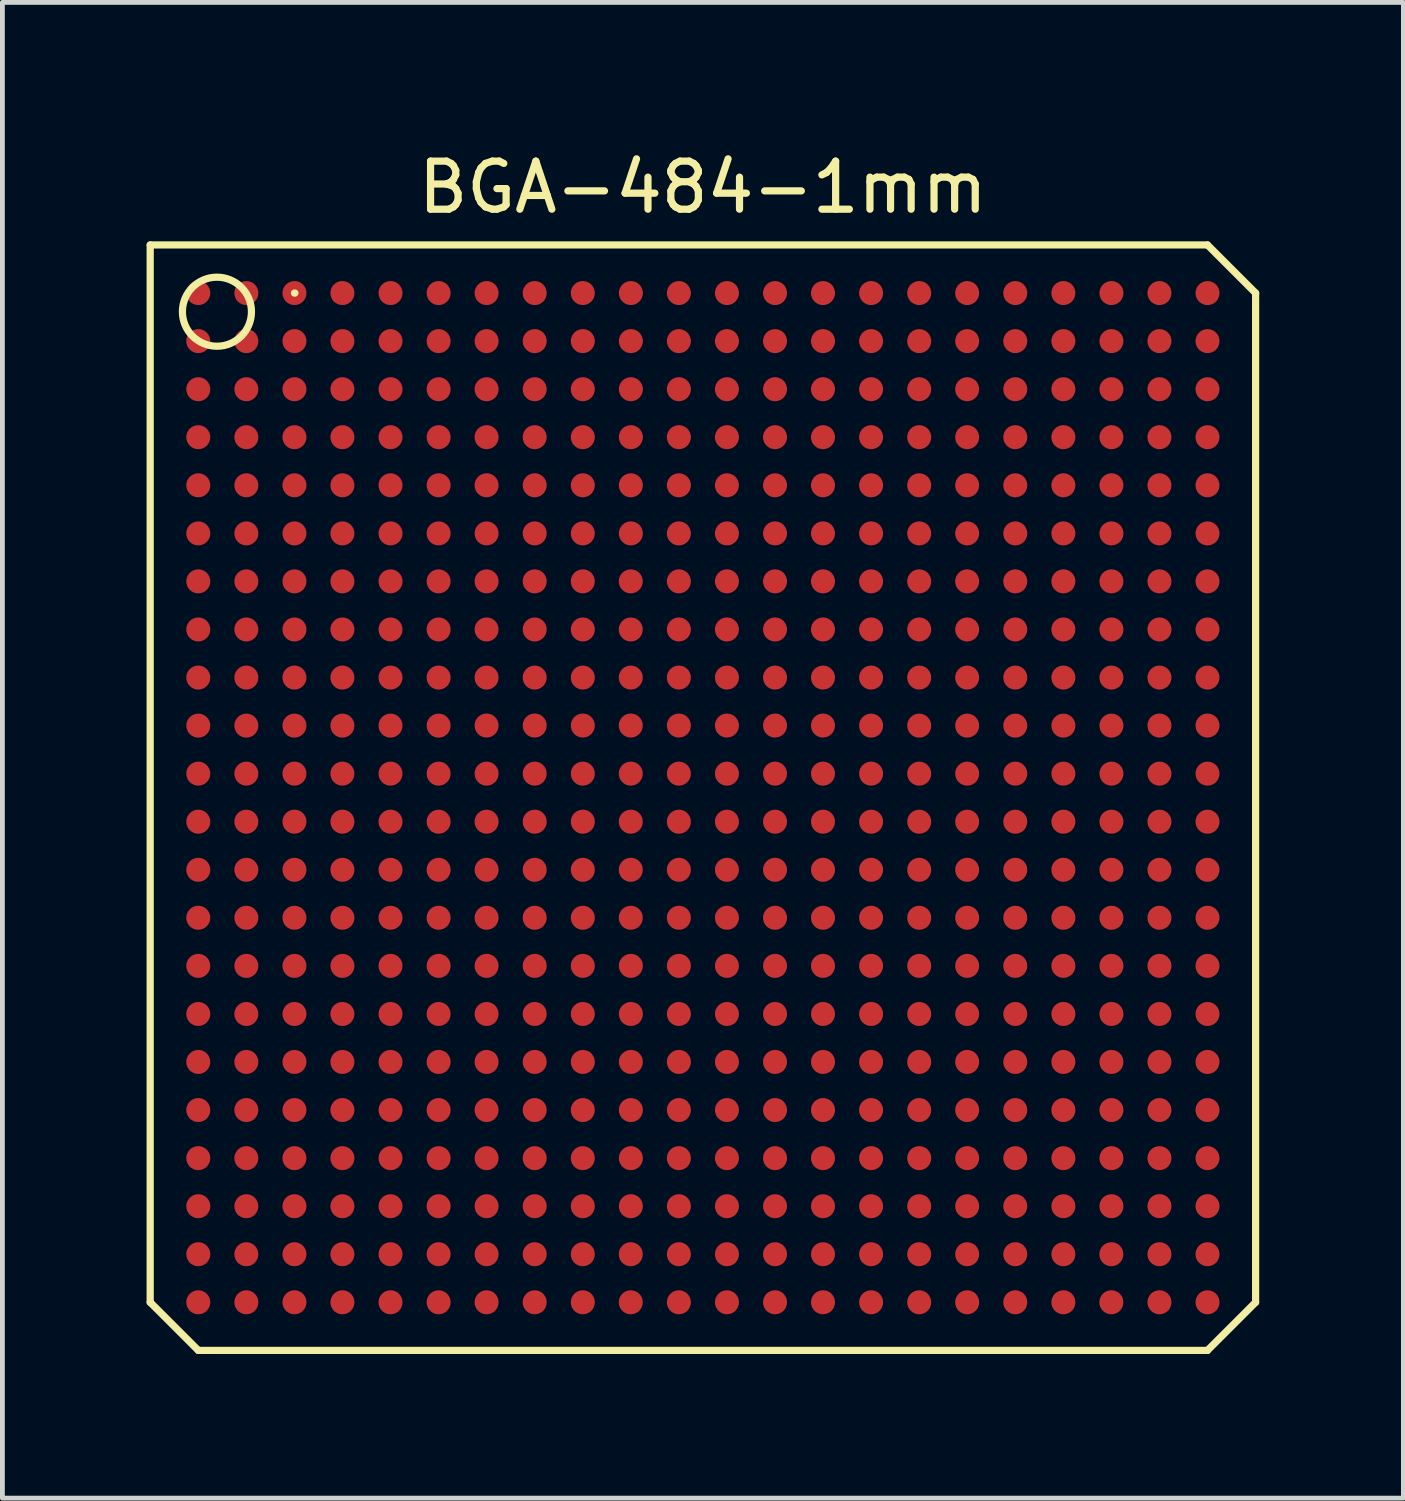
<source format=kicad_pcb>
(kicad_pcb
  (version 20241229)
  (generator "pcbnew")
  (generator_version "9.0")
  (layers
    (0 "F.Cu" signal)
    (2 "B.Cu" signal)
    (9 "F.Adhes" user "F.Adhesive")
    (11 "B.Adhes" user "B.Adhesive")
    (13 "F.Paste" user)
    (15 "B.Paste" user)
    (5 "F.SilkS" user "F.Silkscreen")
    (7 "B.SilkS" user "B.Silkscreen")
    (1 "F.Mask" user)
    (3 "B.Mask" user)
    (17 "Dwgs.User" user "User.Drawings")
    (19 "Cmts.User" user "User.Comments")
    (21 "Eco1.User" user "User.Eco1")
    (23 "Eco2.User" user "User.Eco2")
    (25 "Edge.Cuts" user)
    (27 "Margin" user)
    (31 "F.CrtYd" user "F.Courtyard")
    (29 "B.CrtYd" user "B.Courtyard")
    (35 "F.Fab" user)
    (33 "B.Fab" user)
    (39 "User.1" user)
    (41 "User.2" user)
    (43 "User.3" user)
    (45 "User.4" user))
  (footprint "BGA-484-1mm"
    (layer "F.Cu")
    (at 11.576 13.548)
    (property "Reference" "BGA-484-1mm" (at 0 -12.7 0) (layer "F.SilkS") (effects (font (size 1 1) (thickness 0.15))))
    (attr smd)
    (fp_line (start -11.501 -11.501) (end 10.5 -11.501) (stroke (width 0.15) (type solid)) (layer "F.SilkS"))
    (fp_line (start -11.501 10.5) (end -11.501 -11.501) (stroke (width 0.15) (type solid)) (layer "F.SilkS"))
    (fp_line (start -10.5 11.501) (end -11.501 10.5) (stroke (width 0.15) (type solid)) (layer "F.SilkS"))
    (fp_line (start -8.499 -10.5) (end -8.489 -10.5) (stroke (width 0.15) (type solid)) (layer "F.SilkS"))
    (fp_line (start 10.5 -11.501) (end 11.501 -10.5) (stroke (width 0.15) (type solid)) (layer "F.SilkS"))
    (fp_line (start 10.5 11.501) (end -10.5 11.501) (stroke (width 0.15) (type solid)) (layer "F.SilkS"))
    (fp_line (start 11.501 -10.5) (end 11.501 10.5) (stroke (width 0.15) (type solid)) (layer "F.SilkS"))
    (fp_line (start 11.501 10.5) (end 10.5 11.501) (stroke (width 0.15) (type solid)) (layer "F.SilkS"))
    (fp_circle (center -10.112 -10.112) (end -9.604 -10.62) (stroke (width 0.15) (type solid)) (fill no) (layer "F.SilkS"))
    (pad "A1" smd circle (at -10.5 -10.5) (size 0.5 0.5) (layers "F.Cu" "F.Mask" "F.Paste"))
    (pad "A2" smd circle (at -9.5 -10.5) (size 0.5 0.5) (layers "F.Cu" "F.Mask" "F.Paste"))
    (pad "A3" smd circle (at -8.499 -10.5) (size 0.5 0.5) (layers "F.Cu" "F.Mask" "F.Paste"))
    (pad "A4" smd circle (at -7.501 -10.5) (size 0.5 0.5) (layers "F.Cu" "F.Mask" "F.Paste"))
    (pad "A5" smd circle (at -6.5 -10.5) (size 0.5 0.5) (layers "F.Cu" "F.Mask" "F.Paste"))
    (pad "A6" smd circle (at -5.499 -10.5) (size 0.5 0.5) (layers "F.Cu" "F.Mask" "F.Paste"))
    (pad "A7" smd circle (at -4.501 -10.5) (size 0.5 0.5) (layers "F.Cu" "F.Mask" "F.Paste"))
    (pad "A8" smd circle (at -3.5 -10.5) (size 0.5 0.5) (layers "F.Cu" "F.Mask" "F.Paste"))
    (pad "A9" smd circle (at -2.499 -10.5) (size 0.5 0.5) (layers "F.Cu" "F.Mask" "F.Paste"))
    (pad "A10" smd circle (at -1.499 -10.5) (size 0.5 0.5) (layers "F.Cu" "F.Mask" "F.Paste"))
    (pad "A11" smd circle (at -0.5 -10.5) (size 0.5 0.5) (layers "F.Cu" "F.Mask" "F.Paste"))
    (pad "A12" smd circle (at 0.5 -10.5) (size 0.5 0.5) (layers "F.Cu" "F.Mask" "F.Paste"))
    (pad "A13" smd circle (at 1.501 -10.5) (size 0.5 0.5) (layers "F.Cu" "F.Mask" "F.Paste"))
    (pad "A14" smd circle (at 2.499 -10.5) (size 0.5 0.5) (layers "F.Cu" "F.Mask" "F.Paste"))
    (pad "A15" smd circle (at 3.5 -10.5) (size 0.5 0.5) (layers "F.Cu" "F.Mask" "F.Paste"))
    (pad "A16" smd circle (at 4.501 -10.5) (size 0.5 0.5) (layers "F.Cu" "F.Mask" "F.Paste"))
    (pad "A17" smd circle (at 5.499 -10.5) (size 0.5 0.5) (layers "F.Cu" "F.Mask" "F.Paste"))
    (pad "A18" smd circle (at 6.5 -10.5) (size 0.5 0.5) (layers "F.Cu" "F.Mask" "F.Paste"))
    (pad "A19" smd circle (at 7.501 -10.5) (size 0.5 0.5) (layers "F.Cu" "F.Mask" "F.Paste"))
    (pad "A20" smd circle (at 8.501 -10.5) (size 0.5 0.5) (layers "F.Cu" "F.Mask" "F.Paste"))
    (pad "A21" smd circle (at 9.5 -10.5) (size 0.5 0.5) (layers "F.Cu" "F.Mask" "F.Paste"))
    (pad "A22" smd circle (at 10.5 -10.5) (size 0.5 0.5) (layers "F.Cu" "F.Mask" "F.Paste"))
    (pad "AA1" smd circle (at -10.5 9.5) (size 0.5 0.5) (layers "F.Cu" "F.Mask" "F.Paste"))
    (pad "AA2" smd circle (at -9.5 9.5) (size 0.5 0.5) (layers "F.Cu" "F.Mask" "F.Paste"))
    (pad "AA3" smd circle (at -8.499 9.5) (size 0.5 0.5) (layers "F.Cu" "F.Mask" "F.Paste"))
    (pad "AA4" smd circle (at -7.501 9.5) (size 0.5 0.5) (layers "F.Cu" "F.Mask" "F.Paste"))
    (pad "AA5" smd circle (at -6.5 9.5) (size 0.5 0.5) (layers "F.Cu" "F.Mask" "F.Paste"))
    (pad "AA6" smd circle (at -5.499 9.5) (size 0.5 0.5) (layers "F.Cu" "F.Mask" "F.Paste"))
    (pad "AA7" smd circle (at -4.501 9.5) (size 0.5 0.5) (layers "F.Cu" "F.Mask" "F.Paste"))
    (pad "AA8" smd circle (at -3.5 9.5) (size 0.5 0.5) (layers "F.Cu" "F.Mask" "F.Paste"))
    (pad "AA9" smd circle (at -2.499 9.5) (size 0.5 0.5) (layers "F.Cu" "F.Mask" "F.Paste"))
    (pad "AA10" smd circle (at -1.501 9.5) (size 0.5 0.5) (layers "F.Cu" "F.Mask" "F.Paste"))
    (pad "AA11" smd circle (at -0.5 9.5) (size 0.5 0.5) (layers "F.Cu" "F.Mask" "F.Paste"))
    (pad "AA12" smd circle (at 0.5 9.5) (size 0.5 0.5) (layers "F.Cu" "F.Mask" "F.Paste"))
    (pad "AA13" smd circle (at 1.501 9.5) (size 0.5 0.5) (layers "F.Cu" "F.Mask" "F.Paste"))
    (pad "AA14" smd circle (at 2.499 9.5) (size 0.5 0.5) (layers "F.Cu" "F.Mask" "F.Paste"))
    (pad "AA15" smd circle (at 3.5 9.5) (size 0.5 0.5) (layers "F.Cu" "F.Mask" "F.Paste"))
    (pad "AA16" smd circle (at 4.501 9.5) (size 0.5 0.5) (layers "F.Cu" "F.Mask" "F.Paste"))
    (pad "AA17" smd circle (at 5.499 9.5) (size 0.5 0.5) (layers "F.Cu" "F.Mask" "F.Paste"))
    (pad "AA18" smd circle (at 6.5 9.5) (size 0.5 0.5) (layers "F.Cu" "F.Mask" "F.Paste"))
    (pad "AA19" smd circle (at 7.501 9.5) (size 0.5 0.5) (layers "F.Cu" "F.Mask" "F.Paste"))
    (pad "AA20" smd circle (at 8.499 9.5) (size 0.5 0.5) (layers "F.Cu" "F.Mask" "F.Paste"))
    (pad "AA21" smd circle (at 9.5 9.5) (size 0.5 0.5) (layers "F.Cu" "F.Mask" "F.Paste"))
    (pad "AA22" smd circle (at 10.5 9.5) (size 0.5 0.5) (layers "F.Cu" "F.Mask" "F.Paste"))
    (pad "AB1" smd circle (at -10.5 10.5) (size 0.5 0.5) (layers "F.Cu" "F.Mask" "F.Paste"))
    (pad "AB2" smd circle (at -9.5 10.5) (size 0.5 0.5) (layers "F.Cu" "F.Mask" "F.Paste"))
    (pad "AB3" smd circle (at -8.499 10.5) (size 0.5 0.5) (layers "F.Cu" "F.Mask" "F.Paste"))
    (pad "AB4" smd circle (at -7.501 10.5) (size 0.5 0.5) (layers "F.Cu" "F.Mask" "F.Paste"))
    (pad "AB5" smd circle (at -6.5 10.5) (size 0.5 0.5) (layers "F.Cu" "F.Mask" "F.Paste"))
    (pad "AB6" smd circle (at -5.499 10.5) (size 0.5 0.5) (layers "F.Cu" "F.Mask" "F.Paste"))
    (pad "AB7" smd circle (at -4.501 10.5) (size 0.5 0.5) (layers "F.Cu" "F.Mask" "F.Paste"))
    (pad "AB8" smd circle (at -3.5 10.5) (size 0.5 0.5) (layers "F.Cu" "F.Mask" "F.Paste"))
    (pad "AB9" smd circle (at -2.499 10.5) (size 0.5 0.5) (layers "F.Cu" "F.Mask" "F.Paste"))
    (pad "AB10" smd circle (at -1.501 10.5) (size 0.5 0.5) (layers "F.Cu" "F.Mask" "F.Paste"))
    (pad "AB11" smd circle (at -0.5 10.5) (size 0.5 0.5) (layers "F.Cu" "F.Mask" "F.Paste"))
    (pad "AB12" smd circle (at 0.5 10.5) (size 0.5 0.5) (layers "F.Cu" "F.Mask" "F.Paste"))
    (pad "AB13" smd circle (at 1.501 10.5) (size 0.5 0.5) (layers "F.Cu" "F.Mask" "F.Paste"))
    (pad "AB14" smd circle (at 2.499 10.5) (size 0.5 0.5) (layers "F.Cu" "F.Mask" "F.Paste"))
    (pad "AB15" smd circle (at 3.5 10.5) (size 0.5 0.5) (layers "F.Cu" "F.Mask" "F.Paste"))
    (pad "AB16" smd circle (at 4.501 10.5) (size 0.5 0.5) (layers "F.Cu" "F.Mask" "F.Paste"))
    (pad "AB17" smd circle (at 5.499 10.5) (size 0.5 0.5) (layers "F.Cu" "F.Mask" "F.Paste"))
    (pad "AB18" smd circle (at 6.5 10.5) (size 0.5 0.5) (layers "F.Cu" "F.Mask" "F.Paste"))
    (pad "AB19" smd circle (at 7.501 10.5) (size 0.5 0.5) (layers "F.Cu" "F.Mask" "F.Paste"))
    (pad "AB20" smd circle (at 8.499 10.5) (size 0.5 0.5) (layers "F.Cu" "F.Mask" "F.Paste"))
    (pad "AB21" smd circle (at 9.5 10.5) (size 0.5 0.5) (layers "F.Cu" "F.Mask" "F.Paste"))
    (pad "AB22" smd circle (at 10.5 10.5) (size 0.5 0.5) (layers "F.Cu" "F.Mask" "F.Paste"))
    (pad "B1" smd circle (at -10.5 -9.5) (size 0.5 0.5) (layers "F.Cu" "F.Mask" "F.Paste"))
    (pad "B2" smd circle (at -9.5 -9.5) (size 0.5 0.5) (layers "F.Cu" "F.Mask" "F.Paste"))
    (pad "B3" smd circle (at -8.499 -9.5) (size 0.5 0.5) (layers "F.Cu" "F.Mask" "F.Paste"))
    (pad "B4" smd circle (at -7.501 -9.5) (size 0.5 0.5) (layers "F.Cu" "F.Mask" "F.Paste"))
    (pad "B5" smd circle (at -6.5 -9.5) (size 0.5 0.5) (layers "F.Cu" "F.Mask" "F.Paste"))
    (pad "B6" smd circle (at -5.499 -9.5) (size 0.5 0.5) (layers "F.Cu" "F.Mask" "F.Paste"))
    (pad "B7" smd circle (at -4.501 -9.5) (size 0.5 0.5) (layers "F.Cu" "F.Mask" "F.Paste"))
    (pad "B8" smd circle (at -3.5 -9.5) (size 0.5 0.5) (layers "F.Cu" "F.Mask" "F.Paste"))
    (pad "B9" smd circle (at -2.499 -9.5) (size 0.5 0.5) (layers "F.Cu" "F.Mask" "F.Paste"))
    (pad "B10" smd circle (at -1.499 -9.5) (size 0.5 0.5) (layers "F.Cu" "F.Mask" "F.Paste"))
    (pad "B11" smd circle (at -0.5 -9.5) (size 0.5 0.5) (layers "F.Cu" "F.Mask" "F.Paste"))
    (pad "B12" smd circle (at 0.5 -9.5) (size 0.5 0.5) (layers "F.Cu" "F.Mask" "F.Paste"))
    (pad "B13" smd circle (at 1.501 -9.5) (size 0.5 0.5) (layers "F.Cu" "F.Mask" "F.Paste"))
    (pad "B14" smd circle (at 2.499 -9.5) (size 0.5 0.5) (layers "F.Cu" "F.Mask" "F.Paste"))
    (pad "B15" smd circle (at 3.5 -9.5) (size 0.5 0.5) (layers "F.Cu" "F.Mask" "F.Paste"))
    (pad "B16" smd circle (at 4.501 -9.5) (size 0.5 0.5) (layers "F.Cu" "F.Mask" "F.Paste"))
    (pad "B17" smd circle (at 5.499 -9.5) (size 0.5 0.5) (layers "F.Cu" "F.Mask" "F.Paste"))
    (pad "B18" smd circle (at 6.5 -9.5) (size 0.5 0.5) (layers "F.Cu" "F.Mask" "F.Paste"))
    (pad "B19" smd circle (at 7.501 -9.5) (size 0.5 0.5) (layers "F.Cu" "F.Mask" "F.Paste"))
    (pad "B20" smd circle (at 8.501 -9.5) (size 0.5 0.5) (layers "F.Cu" "F.Mask" "F.Paste"))
    (pad "B21" smd circle (at 9.5 -9.5) (size 0.5 0.5) (layers "F.Cu" "F.Mask" "F.Paste"))
    (pad "B22" smd circle (at 10.5 -9.5) (size 0.5 0.5) (layers "F.Cu" "F.Mask" "F.Paste"))
    (pad "C1" smd circle (at -10.5 -8.499) (size 0.5 0.5) (layers "F.Cu" "F.Mask" "F.Paste"))
    (pad "C2" smd circle (at -9.5 -8.499) (size 0.5 0.5) (layers "F.Cu" "F.Mask" "F.Paste"))
    (pad "C3" smd circle (at -8.499 -8.499) (size 0.5 0.5) (layers "F.Cu" "F.Mask" "F.Paste"))
    (pad "C4" smd circle (at -7.501 -8.499) (size 0.5 0.5) (layers "F.Cu" "F.Mask" "F.Paste"))
    (pad "C5" smd circle (at -6.5 -8.499) (size 0.5 0.5) (layers "F.Cu" "F.Mask" "F.Paste"))
    (pad "C6" smd circle (at -5.499 -8.499) (size 0.5 0.5) (layers "F.Cu" "F.Mask" "F.Paste"))
    (pad "C7" smd circle (at -4.501 -8.499) (size 0.5 0.5) (layers "F.Cu" "F.Mask" "F.Paste"))
    (pad "C8" smd circle (at -3.5 -8.499) (size 0.5 0.5) (layers "F.Cu" "F.Mask" "F.Paste"))
    (pad "C9" smd circle (at -2.499 -8.499) (size 0.5 0.5) (layers "F.Cu" "F.Mask" "F.Paste"))
    (pad "C10" smd circle (at -1.499 -8.499) (size 0.5 0.5) (layers "F.Cu" "F.Mask" "F.Paste"))
    (pad "C11" smd circle (at -0.5 -8.499) (size 0.5 0.5) (layers "F.Cu" "F.Mask" "F.Paste"))
    (pad "C12" smd circle (at 0.5 -8.499) (size 0.5 0.5) (layers "F.Cu" "F.Mask" "F.Paste"))
    (pad "C13" smd circle (at 1.501 -8.499) (size 0.5 0.5) (layers "F.Cu" "F.Mask" "F.Paste"))
    (pad "C14" smd circle (at 2.499 -8.499) (size 0.5 0.5) (layers "F.Cu" "F.Mask" "F.Paste"))
    (pad "C15" smd circle (at 3.5 -8.499) (size 0.5 0.5) (layers "F.Cu" "F.Mask" "F.Paste"))
    (pad "C16" smd circle (at 4.501 -8.499) (size 0.5 0.5) (layers "F.Cu" "F.Mask" "F.Paste"))
    (pad "C17" smd circle (at 5.499 -8.499) (size 0.5 0.5) (layers "F.Cu" "F.Mask" "F.Paste"))
    (pad "C18" smd circle (at 6.5 -8.499) (size 0.5 0.5) (layers "F.Cu" "F.Mask" "F.Paste"))
    (pad "C19" smd circle (at 7.501 -8.499) (size 0.5 0.5) (layers "F.Cu" "F.Mask" "F.Paste"))
    (pad "C20" smd circle (at 8.501 -8.499) (size 0.5 0.5) (layers "F.Cu" "F.Mask" "F.Paste"))
    (pad "C21" smd circle (at 9.5 -8.499) (size 0.5 0.5) (layers "F.Cu" "F.Mask" "F.Paste"))
    (pad "C22" smd circle (at 10.5 -8.499) (size 0.5 0.5) (layers "F.Cu" "F.Mask" "F.Paste"))
    (pad "D1" smd circle (at -10.5 -7.501) (size 0.5 0.5) (layers "F.Cu" "F.Mask" "F.Paste"))
    (pad "D2" smd circle (at -9.5 -7.501) (size 0.5 0.5) (layers "F.Cu" "F.Mask" "F.Paste"))
    (pad "D3" smd circle (at -8.499 -7.501) (size 0.5 0.5) (layers "F.Cu" "F.Mask" "F.Paste"))
    (pad "D4" smd circle (at -7.501 -7.501) (size 0.5 0.5) (layers "F.Cu" "F.Mask" "F.Paste"))
    (pad "D5" smd circle (at -6.5 -7.501) (size 0.5 0.5) (layers "F.Cu" "F.Mask" "F.Paste"))
    (pad "D6" smd circle (at -5.499 -7.501) (size 0.5 0.5) (layers "F.Cu" "F.Mask" "F.Paste"))
    (pad "D7" smd circle (at -4.501 -7.501) (size 0.5 0.5) (layers "F.Cu" "F.Mask" "F.Paste"))
    (pad "D8" smd circle (at -3.5 -7.501) (size 0.5 0.5) (layers "F.Cu" "F.Mask" "F.Paste"))
    (pad "D9" smd circle (at -2.499 -7.501) (size 0.5 0.5) (layers "F.Cu" "F.Mask" "F.Paste"))
    (pad "D10" smd circle (at -1.499 -7.501) (size 0.5 0.5) (layers "F.Cu" "F.Mask" "F.Paste"))
    (pad "D11" smd circle (at -0.5 -7.501) (size 0.5 0.5) (layers "F.Cu" "F.Mask" "F.Paste"))
    (pad "D12" smd circle (at 0.5 -7.501) (size 0.5 0.5) (layers "F.Cu" "F.Mask" "F.Paste"))
    (pad "D13" smd circle (at 1.501 -7.501) (size 0.5 0.5) (layers "F.Cu" "F.Mask" "F.Paste"))
    (pad "D14" smd circle (at 2.499 -7.501) (size 0.5 0.5) (layers "F.Cu" "F.Mask" "F.Paste"))
    (pad "D15" smd circle (at 3.5 -7.501) (size 0.5 0.5) (layers "F.Cu" "F.Mask" "F.Paste"))
    (pad "D16" smd circle (at 4.501 -7.501) (size 0.5 0.5) (layers "F.Cu" "F.Mask" "F.Paste"))
    (pad "D17" smd circle (at 5.499 -7.501) (size 0.5 0.5) (layers "F.Cu" "F.Mask" "F.Paste"))
    (pad "D18" smd circle (at 6.5 -7.501) (size 0.5 0.5) (layers "F.Cu" "F.Mask" "F.Paste"))
    (pad "D19" smd circle (at 7.501 -7.501) (size 0.5 0.5) (layers "F.Cu" "F.Mask" "F.Paste"))
    (pad "D20" smd circle (at 8.501 -7.501) (size 0.5 0.5) (layers "F.Cu" "F.Mask" "F.Paste"))
    (pad "D21" smd circle (at 9.5 -7.501) (size 0.5 0.5) (layers "F.Cu" "F.Mask" "F.Paste"))
    (pad "D22" smd circle (at 10.5 -7.501) (size 0.5 0.5) (layers "F.Cu" "F.Mask" "F.Paste"))
    (pad "E1" smd circle (at -10.5 -6.5) (size 0.5 0.5) (layers "F.Cu" "F.Mask" "F.Paste"))
    (pad "E2" smd circle (at -9.5 -6.5) (size 0.5 0.5) (layers "F.Cu" "F.Mask" "F.Paste"))
    (pad "E3" smd circle (at -8.499 -6.5) (size 0.5 0.5) (layers "F.Cu" "F.Mask" "F.Paste"))
    (pad "E4" smd circle (at -7.501 -6.5) (size 0.5 0.5) (layers "F.Cu" "F.Mask" "F.Paste"))
    (pad "E5" smd circle (at -6.5 -6.5) (size 0.5 0.5) (layers "F.Cu" "F.Mask" "F.Paste"))
    (pad "E6" smd circle (at -5.499 -6.5) (size 0.5 0.5) (layers "F.Cu" "F.Mask" "F.Paste"))
    (pad "E7" smd circle (at -4.501 -6.5) (size 0.5 0.5) (layers "F.Cu" "F.Mask" "F.Paste"))
    (pad "E8" smd circle (at -3.5 -6.5) (size 0.5 0.5) (layers "F.Cu" "F.Mask" "F.Paste"))
    (pad "E9" smd circle (at -2.499 -6.5) (size 0.5 0.5) (layers "F.Cu" "F.Mask" "F.Paste"))
    (pad "E10" smd circle (at -1.499 -6.5) (size 0.5 0.5) (layers "F.Cu" "F.Mask" "F.Paste"))
    (pad "E11" smd circle (at -0.5 -6.5) (size 0.5 0.5) (layers "F.Cu" "F.Mask" "F.Paste"))
    (pad "E12" smd circle (at 0.5 -6.5) (size 0.5 0.5) (layers "F.Cu" "F.Mask" "F.Paste"))
    (pad "E13" smd circle (at 1.501 -6.5) (size 0.5 0.5) (layers "F.Cu" "F.Mask" "F.Paste"))
    (pad "E14" smd circle (at 2.499 -6.5) (size 0.5 0.5) (layers "F.Cu" "F.Mask" "F.Paste"))
    (pad "E15" smd circle (at 3.5 -6.5) (size 0.5 0.5) (layers "F.Cu" "F.Mask" "F.Paste"))
    (pad "E16" smd circle (at 4.501 -6.5) (size 0.5 0.5) (layers "F.Cu" "F.Mask" "F.Paste"))
    (pad "E17" smd circle (at 5.499 -6.5) (size 0.5 0.5) (layers "F.Cu" "F.Mask" "F.Paste"))
    (pad "E18" smd circle (at 6.5 -6.5) (size 0.5 0.5) (layers "F.Cu" "F.Mask" "F.Paste"))
    (pad "E19" smd circle (at 7.501 -6.5) (size 0.5 0.5) (layers "F.Cu" "F.Mask" "F.Paste"))
    (pad "E20" smd circle (at 8.501 -6.5) (size 0.5 0.5) (layers "F.Cu" "F.Mask" "F.Paste"))
    (pad "E21" smd circle (at 9.5 -6.5) (size 0.5 0.5) (layers "F.Cu" "F.Mask" "F.Paste"))
    (pad "E22" smd circle (at 10.5 -6.5) (size 0.5 0.5) (layers "F.Cu" "F.Mask" "F.Paste"))
    (pad "F1" smd circle (at -10.5 -5.499) (size 0.5 0.5) (layers "F.Cu" "F.Mask" "F.Paste"))
    (pad "F2" smd circle (at -9.5 -5.499) (size 0.5 0.5) (layers "F.Cu" "F.Mask" "F.Paste"))
    (pad "F3" smd circle (at -8.499 -5.499) (size 0.5 0.5) (layers "F.Cu" "F.Mask" "F.Paste"))
    (pad "F4" smd circle (at -7.501 -5.499) (size 0.5 0.5) (layers "F.Cu" "F.Mask" "F.Paste"))
    (pad "F5" smd circle (at -6.5 -5.499) (size 0.5 0.5) (layers "F.Cu" "F.Mask" "F.Paste"))
    (pad "F6" smd circle (at -5.499 -5.499) (size 0.5 0.5) (layers "F.Cu" "F.Mask" "F.Paste"))
    (pad "F7" smd circle (at -4.501 -5.499) (size 0.5 0.5) (layers "F.Cu" "F.Mask" "F.Paste"))
    (pad "F8" smd circle (at -3.5 -5.499) (size 0.5 0.5) (layers "F.Cu" "F.Mask" "F.Paste"))
    (pad "F9" smd circle (at -2.499 -5.499) (size 0.5 0.5) (layers "F.Cu" "F.Mask" "F.Paste"))
    (pad "F10" smd circle (at -1.499 -5.499) (size 0.5 0.5) (layers "F.Cu" "F.Mask" "F.Paste"))
    (pad "F11" smd circle (at -0.5 -5.499) (size 0.5 0.5) (layers "F.Cu" "F.Mask" "F.Paste"))
    (pad "F12" smd circle (at 0.5 -5.499) (size 0.5 0.5) (layers "F.Cu" "F.Mask" "F.Paste"))
    (pad "F13" smd circle (at 1.501 -5.499) (size 0.5 0.5) (layers "F.Cu" "F.Mask" "F.Paste"))
    (pad "F14" smd circle (at 2.499 -5.499) (size 0.5 0.5) (layers "F.Cu" "F.Mask" "F.Paste"))
    (pad "F15" smd circle (at 3.5 -5.499) (size 0.5 0.5) (layers "F.Cu" "F.Mask" "F.Paste"))
    (pad "F16" smd circle (at 4.501 -5.499) (size 0.5 0.5) (layers "F.Cu" "F.Mask" "F.Paste"))
    (pad "F17" smd circle (at 5.499 -5.499) (size 0.5 0.5) (layers "F.Cu" "F.Mask" "F.Paste"))
    (pad "F18" smd circle (at 6.5 -5.499) (size 0.5 0.5) (layers "F.Cu" "F.Mask" "F.Paste"))
    (pad "F19" smd circle (at 7.501 -5.499) (size 0.5 0.5) (layers "F.Cu" "F.Mask" "F.Paste"))
    (pad "F20" smd circle (at 8.501 -5.499) (size 0.5 0.5) (layers "F.Cu" "F.Mask" "F.Paste"))
    (pad "F21" smd circle (at 9.5 -5.499) (size 0.5 0.5) (layers "F.Cu" "F.Mask" "F.Paste"))
    (pad "F22" smd circle (at 10.5 -5.499) (size 0.5 0.5) (layers "F.Cu" "F.Mask" "F.Paste"))
    (pad "G1" smd circle (at -10.5 -4.501) (size 0.5 0.5) (layers "F.Cu" "F.Mask" "F.Paste"))
    (pad "G2" smd circle (at -9.5 -4.501) (size 0.5 0.5) (layers "F.Cu" "F.Mask" "F.Paste"))
    (pad "G3" smd circle (at -8.499 -4.501) (size 0.5 0.5) (layers "F.Cu" "F.Mask" "F.Paste"))
    (pad "G4" smd circle (at -7.501 -4.501) (size 0.5 0.5) (layers "F.Cu" "F.Mask" "F.Paste"))
    (pad "G5" smd circle (at -6.5 -4.501) (size 0.5 0.5) (layers "F.Cu" "F.Mask" "F.Paste"))
    (pad "G6" smd circle (at -5.499 -4.501) (size 0.5 0.5) (layers "F.Cu" "F.Mask" "F.Paste"))
    (pad "G7" smd circle (at -4.501 -4.501) (size 0.5 0.5) (layers "F.Cu" "F.Mask" "F.Paste"))
    (pad "G8" smd circle (at -3.5 -4.501) (size 0.5 0.5) (layers "F.Cu" "F.Mask" "F.Paste"))
    (pad "G9" smd circle (at -2.499 -4.501) (size 0.5 0.5) (layers "F.Cu" "F.Mask" "F.Paste"))
    (pad "G10" smd circle (at -1.501 -4.501) (size 0.5 0.5) (layers "F.Cu" "F.Mask" "F.Paste"))
    (pad "G11" smd circle (at -0.5 -4.501) (size 0.5 0.5) (layers "F.Cu" "F.Mask" "F.Paste"))
    (pad "G12" smd circle (at 0.5 -4.501) (size 0.5 0.5) (layers "F.Cu" "F.Mask" "F.Paste"))
    (pad "G13" smd circle (at 1.501 -4.501) (size 0.5 0.5) (layers "F.Cu" "F.Mask" "F.Paste"))
    (pad "G14" smd circle (at 2.499 -4.501) (size 0.5 0.5) (layers "F.Cu" "F.Mask" "F.Paste"))
    (pad "G15" smd circle (at 3.5 -4.501) (size 0.5 0.5) (layers "F.Cu" "F.Mask" "F.Paste"))
    (pad "G16" smd circle (at 4.501 -4.501) (size 0.5 0.5) (layers "F.Cu" "F.Mask" "F.Paste"))
    (pad "G17" smd circle (at 5.499 -4.501) (size 0.5 0.5) (layers "F.Cu" "F.Mask" "F.Paste"))
    (pad "G18" smd circle (at 6.5 -4.501) (size 0.5 0.5) (layers "F.Cu" "F.Mask" "F.Paste"))
    (pad "G19" smd circle (at 7.501 -4.501) (size 0.5 0.5) (layers "F.Cu" "F.Mask" "F.Paste"))
    (pad "G20" smd circle (at 8.501 -4.501) (size 0.5 0.5) (layers "F.Cu" "F.Mask" "F.Paste"))
    (pad "G21" smd circle (at 9.5 -4.501) (size 0.5 0.5) (layers "F.Cu" "F.Mask" "F.Paste"))
    (pad "G22" smd circle (at 10.5 -4.501) (size 0.5 0.5) (layers "F.Cu" "F.Mask" "F.Paste"))
    (pad "H1" smd circle (at -10.5 -3.5) (size 0.5 0.5) (layers "F.Cu" "F.Mask" "F.Paste"))
    (pad "H2" smd circle (at -9.5 -3.5) (size 0.5 0.5) (layers "F.Cu" "F.Mask" "F.Paste"))
    (pad "H3" smd circle (at -8.499 -3.5) (size 0.5 0.5) (layers "F.Cu" "F.Mask" "F.Paste"))
    (pad "H4" smd circle (at -7.501 -3.5) (size 0.5 0.5) (layers "F.Cu" "F.Mask" "F.Paste"))
    (pad "H5" smd circle (at -6.5 -3.5) (size 0.5 0.5) (layers "F.Cu" "F.Mask" "F.Paste"))
    (pad "H6" smd circle (at -5.499 -3.5) (size 0.5 0.5) (layers "F.Cu" "F.Mask" "F.Paste"))
    (pad "H7" smd circle (at -4.501 -3.5) (size 0.5 0.5) (layers "F.Cu" "F.Mask" "F.Paste"))
    (pad "H8" smd circle (at -3.5 -3.5) (size 0.5 0.5) (layers "F.Cu" "F.Mask" "F.Paste"))
    (pad "H9" smd circle (at -2.499 -3.5) (size 0.5 0.5) (layers "F.Cu" "F.Mask" "F.Paste"))
    (pad "H10" smd circle (at -1.501 -3.5) (size 0.5 0.5) (layers "F.Cu" "F.Mask" "F.Paste"))
    (pad "H11" smd circle (at -0.5 -3.5) (size 0.5 0.5) (layers "F.Cu" "F.Mask" "F.Paste"))
    (pad "H12" smd circle (at 0.5 -3.5) (size 0.5 0.5) (layers "F.Cu" "F.Mask" "F.Paste"))
    (pad "H13" smd circle (at 1.501 -3.5) (size 0.5 0.5) (layers "F.Cu" "F.Mask" "F.Paste"))
    (pad "H14" smd circle (at 2.499 -3.5) (size 0.5 0.5) (layers "F.Cu" "F.Mask" "F.Paste"))
    (pad "H15" smd circle (at 3.5 -3.5) (size 0.5 0.5) (layers "F.Cu" "F.Mask" "F.Paste"))
    (pad "H16" smd circle (at 4.501 -3.5) (size 0.5 0.5) (layers "F.Cu" "F.Mask" "F.Paste"))
    (pad "H17" smd circle (at 5.499 -3.5) (size 0.5 0.5) (layers "F.Cu" "F.Mask" "F.Paste"))
    (pad "H18" smd circle (at 6.5 -3.5) (size 0.5 0.5) (layers "F.Cu" "F.Mask" "F.Paste"))
    (pad "H19" smd circle (at 7.501 -3.5) (size 0.5 0.5) (layers "F.Cu" "F.Mask" "F.Paste"))
    (pad "H20" smd circle (at 8.501 -3.5) (size 0.5 0.5) (layers "F.Cu" "F.Mask" "F.Paste"))
    (pad "H21" smd circle (at 9.5 -3.5) (size 0.5 0.5) (layers "F.Cu" "F.Mask" "F.Paste"))
    (pad "H22" smd circle (at 10.5 -3.5) (size 0.5 0.5) (layers "F.Cu" "F.Mask" "F.Paste"))
    (pad "J1" smd circle (at -10.5 -2.499) (size 0.5 0.5) (layers "F.Cu" "F.Mask" "F.Paste"))
    (pad "J2" smd circle (at -9.5 -2.499) (size 0.5 0.5) (layers "F.Cu" "F.Mask" "F.Paste"))
    (pad "J3" smd circle (at -8.499 -2.499) (size 0.5 0.5) (layers "F.Cu" "F.Mask" "F.Paste"))
    (pad "J4" smd circle (at -7.501 -2.499) (size 0.5 0.5) (layers "F.Cu" "F.Mask" "F.Paste"))
    (pad "J5" smd circle (at -6.5 -2.499) (size 0.5 0.5) (layers "F.Cu" "F.Mask" "F.Paste"))
    (pad "J6" smd circle (at -5.499 -2.499) (size 0.5 0.5) (layers "F.Cu" "F.Mask" "F.Paste"))
    (pad "J7" smd circle (at -4.501 -2.499) (size 0.5 0.5) (layers "F.Cu" "F.Mask" "F.Paste"))
    (pad "J8" smd circle (at -3.5 -2.499) (size 0.5 0.5) (layers "F.Cu" "F.Mask" "F.Paste"))
    (pad "J9" smd circle (at -2.499 -2.499) (size 0.5 0.5) (layers "F.Cu" "F.Mask" "F.Paste"))
    (pad "J10" smd circle (at -1.501 -2.499) (size 0.5 0.5) (layers "F.Cu" "F.Mask" "F.Paste"))
    (pad "J11" smd circle (at -0.5 -2.499) (size 0.5 0.5) (layers "F.Cu" "F.Mask" "F.Paste"))
    (pad "J12" smd circle (at 0.5 -2.499) (size 0.5 0.5) (layers "F.Cu" "F.Mask" "F.Paste"))
    (pad "J13" smd circle (at 1.501 -2.499) (size 0.5 0.5) (layers "F.Cu" "F.Mask" "F.Paste"))
    (pad "J14" smd circle (at 2.499 -2.499) (size 0.5 0.5) (layers "F.Cu" "F.Mask" "F.Paste"))
    (pad "J15" smd circle (at 3.5 -2.499) (size 0.5 0.5) (layers "F.Cu" "F.Mask" "F.Paste"))
    (pad "J16" smd circle (at 4.501 -2.499) (size 0.5 0.5) (layers "F.Cu" "F.Mask" "F.Paste"))
    (pad "J17" smd circle (at 5.499 -2.499) (size 0.5 0.5) (layers "F.Cu" "F.Mask" "F.Paste"))
    (pad "J18" smd circle (at 6.5 -2.499) (size 0.5 0.5) (layers "F.Cu" "F.Mask" "F.Paste"))
    (pad "J19" smd circle (at 7.501 -2.499) (size 0.5 0.5) (layers "F.Cu" "F.Mask" "F.Paste"))
    (pad "J20" smd circle (at 8.501 -2.499) (size 0.5 0.5) (layers "F.Cu" "F.Mask" "F.Paste"))
    (pad "J21" smd circle (at 9.5 -2.499) (size 0.5 0.5) (layers "F.Cu" "F.Mask" "F.Paste"))
    (pad "J22" smd circle (at 10.5 -2.499) (size 0.5 0.5) (layers "F.Cu" "F.Mask" "F.Paste"))
    (pad "K1" smd circle (at -10.5 -1.499) (size 0.5 0.5) (layers "F.Cu" "F.Mask" "F.Paste"))
    (pad "K2" smd circle (at -9.5 -1.499) (size 0.5 0.5) (layers "F.Cu" "F.Mask" "F.Paste"))
    (pad "K3" smd circle (at -8.499 -1.499) (size 0.5 0.5) (layers "F.Cu" "F.Mask" "F.Paste"))
    (pad "K4" smd circle (at -7.501 -1.499) (size 0.5 0.5) (layers "F.Cu" "F.Mask" "F.Paste"))
    (pad "K5" smd circle (at -6.5 -1.499) (size 0.5 0.5) (layers "F.Cu" "F.Mask" "F.Paste"))
    (pad "K6" smd circle (at -5.499 -1.499) (size 0.5 0.5) (layers "F.Cu" "F.Mask" "F.Paste"))
    (pad "K7" smd circle (at -4.501 -1.501) (size 0.5 0.5) (layers "F.Cu" "F.Mask" "F.Paste"))
    (pad "K8" smd circle (at -3.5 -1.501) (size 0.5 0.5) (layers "F.Cu" "F.Mask" "F.Paste"))
    (pad "K9" smd circle (at -2.499 -1.501) (size 0.5 0.5) (layers "F.Cu" "F.Mask" "F.Paste"))
    (pad "K10" smd circle (at -1.501 -1.501) (size 0.5 0.5) (layers "F.Cu" "F.Mask" "F.Paste"))
    (pad "K11" smd circle (at -0.5 -1.501) (size 0.5 0.5) (layers "F.Cu" "F.Mask" "F.Paste"))
    (pad "K12" smd circle (at 0.5 -1.501) (size 0.5 0.5) (layers "F.Cu" "F.Mask" "F.Paste"))
    (pad "K13" smd circle (at 1.501 -1.501) (size 0.5 0.5) (layers "F.Cu" "F.Mask" "F.Paste"))
    (pad "K14" smd circle (at 2.499 -1.501) (size 0.5 0.5) (layers "F.Cu" "F.Mask" "F.Paste"))
    (pad "K15" smd circle (at 3.5 -1.499) (size 0.5 0.5) (layers "F.Cu" "F.Mask" "F.Paste"))
    (pad "K16" smd circle (at 4.501 -1.499) (size 0.5 0.5) (layers "F.Cu" "F.Mask" "F.Paste"))
    (pad "K17" smd circle (at 5.499 -1.499) (size 0.5 0.5) (layers "F.Cu" "F.Mask" "F.Paste"))
    (pad "K18" smd circle (at 6.5 -1.499) (size 0.5 0.5) (layers "F.Cu" "F.Mask" "F.Paste"))
    (pad "K19" smd circle (at 7.501 -1.499) (size 0.5 0.5) (layers "F.Cu" "F.Mask" "F.Paste"))
    (pad "K20" smd circle (at 8.501 -1.499) (size 0.5 0.5) (layers "F.Cu" "F.Mask" "F.Paste"))
    (pad "K21" smd circle (at 9.5 -1.501) (size 0.5 0.5) (layers "F.Cu" "F.Mask" "F.Paste"))
    (pad "K22" smd circle (at 10.5 -1.501) (size 0.5 0.5) (layers "F.Cu" "F.Mask" "F.Paste"))
    (pad "L1" smd circle (at -10.5 -0.5) (size 0.5 0.5) (layers "F.Cu" "F.Mask" "F.Paste"))
    (pad "L2" smd circle (at -9.5 -0.5) (size 0.5 0.5) (layers "F.Cu" "F.Mask" "F.Paste"))
    (pad "L3" smd circle (at -8.499 -0.5) (size 0.5 0.5) (layers "F.Cu" "F.Mask" "F.Paste"))
    (pad "L4" smd circle (at -7.501 -0.5) (size 0.5 0.5) (layers "F.Cu" "F.Mask" "F.Paste"))
    (pad "L5" smd circle (at -6.5 -0.5) (size 0.5 0.5) (layers "F.Cu" "F.Mask" "F.Paste"))
    (pad "L6" smd circle (at -5.499 -0.5) (size 0.5 0.5) (layers "F.Cu" "F.Mask" "F.Paste"))
    (pad "L7" smd circle (at -4.501 -0.5) (size 0.5 0.5) (layers "F.Cu" "F.Mask" "F.Paste"))
    (pad "L8" smd circle (at -3.5 -0.5) (size 0.5 0.5) (layers "F.Cu" "F.Mask" "F.Paste"))
    (pad "L9" smd circle (at -2.499 -0.5) (size 0.5 0.5) (layers "F.Cu" "F.Mask" "F.Paste"))
    (pad "L10" smd circle (at -1.501 -0.5) (size 0.5 0.5) (layers "F.Cu" "F.Mask" "F.Paste"))
    (pad "L11" smd circle (at -0.5 -0.5) (size 0.5 0.5) (layers "F.Cu" "F.Mask" "F.Paste"))
    (pad "L12" smd circle (at 0.5 -0.5) (size 0.5 0.5) (layers "F.Cu" "F.Mask" "F.Paste"))
    (pad "L13" smd circle (at 1.501 -0.5) (size 0.5 0.5) (layers "F.Cu" "F.Mask" "F.Paste"))
    (pad "L14" smd circle (at 2.499 -0.5) (size 0.5 0.5) (layers "F.Cu" "F.Mask" "F.Paste"))
    (pad "L15" smd circle (at 3.5 -0.5) (size 0.5 0.5) (layers "F.Cu" "F.Mask" "F.Paste"))
    (pad "L16" smd circle (at 4.501 -0.5) (size 0.5 0.5) (layers "F.Cu" "F.Mask" "F.Paste"))
    (pad "L17" smd circle (at 5.499 -0.5) (size 0.5 0.5) (layers "F.Cu" "F.Mask" "F.Paste"))
    (pad "L18" smd circle (at 6.5 -0.5) (size 0.5 0.5) (layers "F.Cu" "F.Mask" "F.Paste"))
    (pad "L19" smd circle (at 7.501 -0.5) (size 0.5 0.5) (layers "F.Cu" "F.Mask" "F.Paste"))
    (pad "L20" smd circle (at 8.501 -0.5) (size 0.5 0.5) (layers "F.Cu" "F.Mask" "F.Paste"))
    (pad "L21" smd circle (at 9.5 -0.5) (size 0.5 0.5) (layers "F.Cu" "F.Mask" "F.Paste"))
    (pad "L22" smd circle (at 10.5 -0.5) (size 0.5 0.5) (layers "F.Cu" "F.Mask" "F.Paste"))
    (pad "M1" smd circle (at -10.5 0.5) (size 0.5 0.5) (layers "F.Cu" "F.Mask" "F.Paste"))
    (pad "M2" smd circle (at -9.5 0.5) (size 0.5 0.5) (layers "F.Cu" "F.Mask" "F.Paste"))
    (pad "M3" smd circle (at -8.499 0.5) (size 0.5 0.5) (layers "F.Cu" "F.Mask" "F.Paste"))
    (pad "M4" smd circle (at -7.501 0.5) (size 0.5 0.5) (layers "F.Cu" "F.Mask" "F.Paste"))
    (pad "M5" smd circle (at -6.5 0.5) (size 0.5 0.5) (layers "F.Cu" "F.Mask" "F.Paste"))
    (pad "M6" smd circle (at -5.499 0.5) (size 0.5 0.5) (layers "F.Cu" "F.Mask" "F.Paste"))
    (pad "M7" smd circle (at -4.501 0.5) (size 0.5 0.5) (layers "F.Cu" "F.Mask" "F.Paste"))
    (pad "M8" smd circle (at -3.5 0.5) (size 0.5 0.5) (layers "F.Cu" "F.Mask" "F.Paste"))
    (pad "M9" smd circle (at -2.499 0.5) (size 0.5 0.5) (layers "F.Cu" "F.Mask" "F.Paste"))
    (pad "M10" smd circle (at -1.501 0.5) (size 0.5 0.5) (layers "F.Cu" "F.Mask" "F.Paste"))
    (pad "M11" smd circle (at -0.5 0.5) (size 0.5 0.5) (layers "F.Cu" "F.Mask" "F.Paste"))
    (pad "M12" smd circle (at 0.5 0.5) (size 0.5 0.5) (layers "F.Cu" "F.Mask" "F.Paste"))
    (pad "M13" smd circle (at 1.501 0.5) (size 0.5 0.5) (layers "F.Cu" "F.Mask" "F.Paste"))
    (pad "M14" smd circle (at 2.499 0.5) (size 0.5 0.5) (layers "F.Cu" "F.Mask" "F.Paste"))
    (pad "M15" smd circle (at 3.5 0.5) (size 0.5 0.5) (layers "F.Cu" "F.Mask" "F.Paste"))
    (pad "M16" smd circle (at 4.501 0.5) (size 0.5 0.5) (layers "F.Cu" "F.Mask" "F.Paste"))
    (pad "M17" smd circle (at 5.499 0.5) (size 0.5 0.5) (layers "F.Cu" "F.Mask" "F.Paste"))
    (pad "M18" smd circle (at 6.5 0.5) (size 0.5 0.5) (layers "F.Cu" "F.Mask" "F.Paste"))
    (pad "M19" smd circle (at 7.501 0.5) (size 0.5 0.5) (layers "F.Cu" "F.Mask" "F.Paste"))
    (pad "M20" smd circle (at 8.501 0.5) (size 0.5 0.5) (layers "F.Cu" "F.Mask" "F.Paste"))
    (pad "M21" smd circle (at 9.5 0.5) (size 0.5 0.5) (layers "F.Cu" "F.Mask" "F.Paste"))
    (pad "M22" smd circle (at 10.5 0.5) (size 0.5 0.5) (layers "F.Cu" "F.Mask" "F.Paste"))
    (pad "N1" smd circle (at -10.5 1.501) (size 0.5 0.5) (layers "F.Cu" "F.Mask" "F.Paste"))
    (pad "N2" smd circle (at -9.5 1.501) (size 0.5 0.5) (layers "F.Cu" "F.Mask" "F.Paste"))
    (pad "N3" smd circle (at -8.499 1.501) (size 0.5 0.5) (layers "F.Cu" "F.Mask" "F.Paste"))
    (pad "N4" smd circle (at -7.501 1.501) (size 0.5 0.5) (layers "F.Cu" "F.Mask" "F.Paste"))
    (pad "N5" smd circle (at -6.5 1.501) (size 0.5 0.5) (layers "F.Cu" "F.Mask" "F.Paste"))
    (pad "N6" smd circle (at -5.499 1.501) (size 0.5 0.5) (layers "F.Cu" "F.Mask" "F.Paste"))
    (pad "N7" smd circle (at -4.501 1.501) (size 0.5 0.5) (layers "F.Cu" "F.Mask" "F.Paste"))
    (pad "N8" smd circle (at -3.5 1.501) (size 0.5 0.5) (layers "F.Cu" "F.Mask" "F.Paste"))
    (pad "N9" smd circle (at -2.499 1.501) (size 0.5 0.5) (layers "F.Cu" "F.Mask" "F.Paste"))
    (pad "N10" smd circle (at -1.501 1.501) (size 0.5 0.5) (layers "F.Cu" "F.Mask" "F.Paste"))
    (pad "N11" smd circle (at -0.5 1.501) (size 0.5 0.5) (layers "F.Cu" "F.Mask" "F.Paste"))
    (pad "N12" smd circle (at 0.5 1.501) (size 0.5 0.5) (layers "F.Cu" "F.Mask" "F.Paste"))
    (pad "N13" smd circle (at 1.501 1.501) (size 0.5 0.5) (layers "F.Cu" "F.Mask" "F.Paste"))
    (pad "N14" smd circle (at 2.499 1.501) (size 0.5 0.5) (layers "F.Cu" "F.Mask" "F.Paste"))
    (pad "N15" smd circle (at 3.5 1.501) (size 0.5 0.5) (layers "F.Cu" "F.Mask" "F.Paste"))
    (pad "N16" smd circle (at 4.501 1.501) (size 0.5 0.5) (layers "F.Cu" "F.Mask" "F.Paste"))
    (pad "N17" smd circle (at 5.499 1.501) (size 0.5 0.5) (layers "F.Cu" "F.Mask" "F.Paste"))
    (pad "N18" smd circle (at 6.5 1.501) (size 0.5 0.5) (layers "F.Cu" "F.Mask" "F.Paste"))
    (pad "N19" smd circle (at 7.501 1.501) (size 0.5 0.5) (layers "F.Cu" "F.Mask" "F.Paste"))
    (pad "N20" smd circle (at 8.501 1.501) (size 0.5 0.5) (layers "F.Cu" "F.Mask" "F.Paste"))
    (pad "N21" smd circle (at 9.5 1.501) (size 0.5 0.5) (layers "F.Cu" "F.Mask" "F.Paste"))
    (pad "N22" smd circle (at 10.5 1.501) (size 0.5 0.5) (layers "F.Cu" "F.Mask" "F.Paste"))
    (pad "P1" smd circle (at -10.5 2.499) (size 0.5 0.5) (layers "F.Cu" "F.Mask" "F.Paste"))
    (pad "P2" smd circle (at -9.5 2.499) (size 0.5 0.5) (layers "F.Cu" "F.Mask" "F.Paste"))
    (pad "P3" smd circle (at -8.499 2.499) (size 0.5 0.5) (layers "F.Cu" "F.Mask" "F.Paste"))
    (pad "P4" smd circle (at -7.501 2.499) (size 0.5 0.5) (layers "F.Cu" "F.Mask" "F.Paste"))
    (pad "P5" smd circle (at -6.5 2.499) (size 0.5 0.5) (layers "F.Cu" "F.Mask" "F.Paste"))
    (pad "P6" smd circle (at -5.499 2.499) (size 0.5 0.5) (layers "F.Cu" "F.Mask" "F.Paste"))
    (pad "P7" smd circle (at -4.501 2.499) (size 0.5 0.5) (layers "F.Cu" "F.Mask" "F.Paste"))
    (pad "P8" smd circle (at -3.5 2.499) (size 0.5 0.5) (layers "F.Cu" "F.Mask" "F.Paste"))
    (pad "P9" smd circle (at -2.499 2.499) (size 0.5 0.5) (layers "F.Cu" "F.Mask" "F.Paste"))
    (pad "P10" smd circle (at -1.501 2.499) (size 0.5 0.5) (layers "F.Cu" "F.Mask" "F.Paste"))
    (pad "P11" smd circle (at -0.5 2.499) (size 0.5 0.5) (layers "F.Cu" "F.Mask" "F.Paste"))
    (pad "P12" smd circle (at 0.5 2.499) (size 0.5 0.5) (layers "F.Cu" "F.Mask" "F.Paste"))
    (pad "P13" smd circle (at 1.501 2.499) (size 0.5 0.5) (layers "F.Cu" "F.Mask" "F.Paste"))
    (pad "P14" smd circle (at 2.499 2.499) (size 0.5 0.5) (layers "F.Cu" "F.Mask" "F.Paste"))
    (pad "P15" smd circle (at 3.5 2.499) (size 0.5 0.5) (layers "F.Cu" "F.Mask" "F.Paste"))
    (pad "P16" smd circle (at 4.501 2.499) (size 0.5 0.5) (layers "F.Cu" "F.Mask" "F.Paste"))
    (pad "P17" smd circle (at 5.499 2.499) (size 0.5 0.5) (layers "F.Cu" "F.Mask" "F.Paste"))
    (pad "P18" smd circle (at 6.5 2.499) (size 0.5 0.5) (layers "F.Cu" "F.Mask" "F.Paste"))
    (pad "P19" smd circle (at 7.501 2.499) (size 0.5 0.5) (layers "F.Cu" "F.Mask" "F.Paste"))
    (pad "P20" smd circle (at 8.501 2.499) (size 0.5 0.5) (layers "F.Cu" "F.Mask" "F.Paste"))
    (pad "P21" smd circle (at 9.5 2.499) (size 0.5 0.5) (layers "F.Cu" "F.Mask" "F.Paste"))
    (pad "P22" smd circle (at 10.5 2.499) (size 0.5 0.5) (layers "F.Cu" "F.Mask" "F.Paste"))
    (pad "R1" smd circle (at -10.5 3.5) (size 0.5 0.5) (layers "F.Cu" "F.Mask" "F.Paste"))
    (pad "R2" smd circle (at -9.5 3.5) (size 0.5 0.5) (layers "F.Cu" "F.Mask" "F.Paste"))
    (pad "R3" smd circle (at -8.499 3.5) (size 0.5 0.5) (layers "F.Cu" "F.Mask" "F.Paste"))
    (pad "R4" smd circle (at -7.501 3.5) (size 0.5 0.5) (layers "F.Cu" "F.Mask" "F.Paste"))
    (pad "R5" smd circle (at -6.5 3.5) (size 0.5 0.5) (layers "F.Cu" "F.Mask" "F.Paste"))
    (pad "R6" smd circle (at -5.499 3.5) (size 0.5 0.5) (layers "F.Cu" "F.Mask" "F.Paste"))
    (pad "R7" smd circle (at -4.501 3.5) (size 0.5 0.5) (layers "F.Cu" "F.Mask" "F.Paste"))
    (pad "R8" smd circle (at -3.5 3.5) (size 0.5 0.5) (layers "F.Cu" "F.Mask" "F.Paste"))
    (pad "R9" smd circle (at -2.499 3.5) (size 0.5 0.5) (layers "F.Cu" "F.Mask" "F.Paste"))
    (pad "R10" smd circle (at -1.499 3.5) (size 0.5 0.5) (layers "F.Cu" "F.Mask" "F.Paste"))
    (pad "R11" smd circle (at -0.5 3.5) (size 0.5 0.5) (layers "F.Cu" "F.Mask" "F.Paste"))
    (pad "R12" smd circle (at 0.5 3.5) (size 0.5 0.5) (layers "F.Cu" "F.Mask" "F.Paste"))
    (pad "R13" smd circle (at 1.501 3.5) (size 0.5 0.5) (layers "F.Cu" "F.Mask" "F.Paste"))
    (pad "R14" smd circle (at 2.499 3.5) (size 0.5 0.5) (layers "F.Cu" "F.Mask" "F.Paste"))
    (pad "R15" smd circle (at 3.5 3.5) (size 0.5 0.5) (layers "F.Cu" "F.Mask" "F.Paste"))
    (pad "R16" smd circle (at 4.501 3.5) (size 0.5 0.5) (layers "F.Cu" "F.Mask" "F.Paste"))
    (pad "R17" smd circle (at 5.499 3.5) (size 0.5 0.5) (layers "F.Cu" "F.Mask" "F.Paste"))
    (pad "R18" smd circle (at 6.5 3.5) (size 0.5 0.5) (layers "F.Cu" "F.Mask" "F.Paste"))
    (pad "R19" smd circle (at 7.501 3.5) (size 0.5 0.5) (layers "F.Cu" "F.Mask" "F.Paste"))
    (pad "R20" smd circle (at 8.501 3.5) (size 0.5 0.5) (layers "F.Cu" "F.Mask" "F.Paste"))
    (pad "R21" smd circle (at 9.5 3.5) (size 0.5 0.5) (layers "F.Cu" "F.Mask" "F.Paste"))
    (pad "R22" smd circle (at 10.5 3.5) (size 0.5 0.5) (layers "F.Cu" "F.Mask" "F.Paste"))
    (pad "T1" smd circle (at -10.5 4.501) (size 0.5 0.5) (layers "F.Cu" "F.Mask" "F.Paste"))
    (pad "T2" smd circle (at -9.5 4.501) (size 0.5 0.5) (layers "F.Cu" "F.Mask" "F.Paste"))
    (pad "T3" smd circle (at -8.499 4.501) (size 0.5 0.5) (layers "F.Cu" "F.Mask" "F.Paste"))
    (pad "T4" smd circle (at -7.501 4.501) (size 0.5 0.5) (layers "F.Cu" "F.Mask" "F.Paste"))
    (pad "T5" smd circle (at -6.5 4.501) (size 0.5 0.5) (layers "F.Cu" "F.Mask" "F.Paste"))
    (pad "T6" smd circle (at -5.499 4.501) (size 0.5 0.5) (layers "F.Cu" "F.Mask" "F.Paste"))
    (pad "T7" smd circle (at -4.501 4.501) (size 0.5 0.5) (layers "F.Cu" "F.Mask" "F.Paste"))
    (pad "T8" smd circle (at -3.5 4.501) (size 0.5 0.5) (layers "F.Cu" "F.Mask" "F.Paste"))
    (pad "T9" smd circle (at -2.499 4.501) (size 0.5 0.5) (layers "F.Cu" "F.Mask" "F.Paste"))
    (pad "T10" smd circle (at -1.499 4.501) (size 0.5 0.5) (layers "F.Cu" "F.Mask" "F.Paste"))
    (pad "T11" smd circle (at -0.5 4.501) (size 0.5 0.5) (layers "F.Cu" "F.Mask" "F.Paste"))
    (pad "T12" smd circle (at 0.5 4.501) (size 0.5 0.5) (layers "F.Cu" "F.Mask" "F.Paste"))
    (pad "T13" smd circle (at 1.501 4.501) (size 0.5 0.5) (layers "F.Cu" "F.Mask" "F.Paste"))
    (pad "T14" smd circle (at 2.499 4.501) (size 0.5 0.5) (layers "F.Cu" "F.Mask" "F.Paste"))
    (pad "T15" smd circle (at 3.5 4.501) (size 0.5 0.5) (layers "F.Cu" "F.Mask" "F.Paste"))
    (pad "T16" smd circle (at 4.501 4.501) (size 0.5 0.5) (layers "F.Cu" "F.Mask" "F.Paste"))
    (pad "T17" smd circle (at 5.499 4.501) (size 0.5 0.5) (layers "F.Cu" "F.Mask" "F.Paste"))
    (pad "T18" smd circle (at 6.5 4.501) (size 0.5 0.5) (layers "F.Cu" "F.Mask" "F.Paste"))
    (pad "T19" smd circle (at 7.501 4.501) (size 0.5 0.5) (layers "F.Cu" "F.Mask" "F.Paste"))
    (pad "T20" smd circle (at 8.501 4.501) (size 0.5 0.5) (layers "F.Cu" "F.Mask" "F.Paste"))
    (pad "T21" smd circle (at 9.5 4.501) (size 0.5 0.5) (layers "F.Cu" "F.Mask" "F.Paste"))
    (pad "T22" smd circle (at 10.5 4.501) (size 0.5 0.5) (layers "F.Cu" "F.Mask" "F.Paste"))
    (pad "U1" smd circle (at -10.5 5.499) (size 0.5 0.5) (layers "F.Cu" "F.Mask" "F.Paste"))
    (pad "U2" smd circle (at -9.5 5.499) (size 0.5 0.5) (layers "F.Cu" "F.Mask" "F.Paste"))
    (pad "U3" smd circle (at -8.499 5.499) (size 0.5 0.5) (layers "F.Cu" "F.Mask" "F.Paste"))
    (pad "U4" smd circle (at -7.501 5.499) (size 0.5 0.5) (layers "F.Cu" "F.Mask" "F.Paste"))
    (pad "U5" smd circle (at -6.5 5.499) (size 0.5 0.5) (layers "F.Cu" "F.Mask" "F.Paste"))
    (pad "U6" smd circle (at -5.499 5.499) (size 0.5 0.5) (layers "F.Cu" "F.Mask" "F.Paste"))
    (pad "U7" smd circle (at -4.501 5.499) (size 0.5 0.5) (layers "F.Cu" "F.Mask" "F.Paste"))
    (pad "U8" smd circle (at -3.5 5.499) (size 0.5 0.5) (layers "F.Cu" "F.Mask" "F.Paste"))
    (pad "U9" smd circle (at -2.499 5.499) (size 0.5 0.5) (layers "F.Cu" "F.Mask" "F.Paste"))
    (pad "U10" smd circle (at -1.499 5.499) (size 0.5 0.5) (layers "F.Cu" "F.Mask" "F.Paste"))
    (pad "U11" smd circle (at -0.5 5.499) (size 0.5 0.5) (layers "F.Cu" "F.Mask" "F.Paste"))
    (pad "U12" smd circle (at 0.5 5.499) (size 0.5 0.5) (layers "F.Cu" "F.Mask" "F.Paste"))
    (pad "U13" smd circle (at 1.501 5.499) (size 0.5 0.5) (layers "F.Cu" "F.Mask" "F.Paste"))
    (pad "U14" smd circle (at 2.499 5.499) (size 0.5 0.5) (layers "F.Cu" "F.Mask" "F.Paste"))
    (pad "U15" smd circle (at 3.5 5.499) (size 0.5 0.5) (layers "F.Cu" "F.Mask" "F.Paste"))
    (pad "U16" smd circle (at 4.501 5.499) (size 0.5 0.5) (layers "F.Cu" "F.Mask" "F.Paste"))
    (pad "U17" smd circle (at 5.499 5.499) (size 0.5 0.5) (layers "F.Cu" "F.Mask" "F.Paste"))
    (pad "U18" smd circle (at 6.5 5.499) (size 0.5 0.5) (layers "F.Cu" "F.Mask" "F.Paste"))
    (pad "U19" smd circle (at 7.501 5.499) (size 0.5 0.5) (layers "F.Cu" "F.Mask" "F.Paste"))
    (pad "U20" smd circle (at 8.501 5.499) (size 0.5 0.5) (layers "F.Cu" "F.Mask" "F.Paste"))
    (pad "U21" smd circle (at 9.5 5.499) (size 0.5 0.5) (layers "F.Cu" "F.Mask" "F.Paste"))
    (pad "U22" smd circle (at 10.5 5.499) (size 0.5 0.5) (layers "F.Cu" "F.Mask" "F.Paste"))
    (pad "V1" smd circle (at -10.5 6.5) (size 0.5 0.5) (layers "F.Cu" "F.Mask" "F.Paste"))
    (pad "V2" smd circle (at -9.5 6.5) (size 0.5 0.5) (layers "F.Cu" "F.Mask" "F.Paste"))
    (pad "V3" smd circle (at -8.499 6.5) (size 0.5 0.5) (layers "F.Cu" "F.Mask" "F.Paste"))
    (pad "V4" smd circle (at -7.501 6.5) (size 0.5 0.5) (layers "F.Cu" "F.Mask" "F.Paste"))
    (pad "V5" smd circle (at -6.5 6.5) (size 0.5 0.5) (layers "F.Cu" "F.Mask" "F.Paste"))
    (pad "V6" smd circle (at -5.499 6.5) (size 0.5 0.5) (layers "F.Cu" "F.Mask" "F.Paste"))
    (pad "V7" smd circle (at -4.501 6.5) (size 0.5 0.5) (layers "F.Cu" "F.Mask" "F.Paste"))
    (pad "V8" smd circle (at -3.5 6.5) (size 0.5 0.5) (layers "F.Cu" "F.Mask" "F.Paste"))
    (pad "V9" smd circle (at -2.499 6.5) (size 0.5 0.5) (layers "F.Cu" "F.Mask" "F.Paste"))
    (pad "V10" smd circle (at -1.499 6.5) (size 0.5 0.5) (layers "F.Cu" "F.Mask" "F.Paste"))
    (pad "V11" smd circle (at -0.5 6.5) (size 0.5 0.5) (layers "F.Cu" "F.Mask" "F.Paste"))
    (pad "V12" smd circle (at 0.5 6.5) (size 0.5 0.5) (layers "F.Cu" "F.Mask" "F.Paste"))
    (pad "V13" smd circle (at 1.501 6.5) (size 0.5 0.5) (layers "F.Cu" "F.Mask" "F.Paste"))
    (pad "V14" smd circle (at 2.499 6.5) (size 0.5 0.5) (layers "F.Cu" "F.Mask" "F.Paste"))
    (pad "V15" smd circle (at 3.5 6.5) (size 0.5 0.5) (layers "F.Cu" "F.Mask" "F.Paste"))
    (pad "V16" smd circle (at 4.501 6.5) (size 0.5 0.5) (layers "F.Cu" "F.Mask" "F.Paste"))
    (pad "V17" smd circle (at 5.499 6.5) (size 0.5 0.5) (layers "F.Cu" "F.Mask" "F.Paste"))
    (pad "V18" smd circle (at 6.5 6.5) (size 0.5 0.5) (layers "F.Cu" "F.Mask" "F.Paste"))
    (pad "V19" smd circle (at 7.501 6.5) (size 0.5 0.5) (layers "F.Cu" "F.Mask" "F.Paste"))
    (pad "V20" smd circle (at 8.501 6.5) (size 0.5 0.5) (layers "F.Cu" "F.Mask" "F.Paste"))
    (pad "V21" smd circle (at 9.5 6.5) (size 0.5 0.5) (layers "F.Cu" "F.Mask" "F.Paste"))
    (pad "V22" smd circle (at 10.5 6.5) (size 0.5 0.5) (layers "F.Cu" "F.Mask" "F.Paste"))
    (pad "W1" smd circle (at -10.5 7.501) (size 0.5 0.5) (layers "F.Cu" "F.Mask" "F.Paste"))
    (pad "W2" smd circle (at -9.5 7.501) (size 0.5 0.5) (layers "F.Cu" "F.Mask" "F.Paste"))
    (pad "W3" smd circle (at -8.499 7.501) (size 0.5 0.5) (layers "F.Cu" "F.Mask" "F.Paste"))
    (pad "W4" smd circle (at -7.501 7.501) (size 0.5 0.5) (layers "F.Cu" "F.Mask" "F.Paste"))
    (pad "W5" smd circle (at -6.5 7.501) (size 0.5 0.5) (layers "F.Cu" "F.Mask" "F.Paste"))
    (pad "W6" smd circle (at -5.499 7.501) (size 0.5 0.5) (layers "F.Cu" "F.Mask" "F.Paste"))
    (pad "W7" smd circle (at -4.501 7.501) (size 0.5 0.5) (layers "F.Cu" "F.Mask" "F.Paste"))
    (pad "W8" smd circle (at -3.5 7.501) (size 0.5 0.5) (layers "F.Cu" "F.Mask" "F.Paste"))
    (pad "W9" smd circle (at -2.499 7.501) (size 0.5 0.5) (layers "F.Cu" "F.Mask" "F.Paste"))
    (pad "W10" smd circle (at -1.499 7.501) (size 0.5 0.5) (layers "F.Cu" "F.Mask" "F.Paste"))
    (pad "W11" smd circle (at -0.5 7.501) (size 0.5 0.5) (layers "F.Cu" "F.Mask" "F.Paste"))
    (pad "W12" smd circle (at 0.5 7.501) (size 0.5 0.5) (layers "F.Cu" "F.Mask" "F.Paste"))
    (pad "W13" smd circle (at 1.501 7.501) (size 0.5 0.5) (layers "F.Cu" "F.Mask" "F.Paste"))
    (pad "W14" smd circle (at 2.499 7.501) (size 0.5 0.5) (layers "F.Cu" "F.Mask" "F.Paste"))
    (pad "W15" smd circle (at 3.5 7.501) (size 0.5 0.5) (layers "F.Cu" "F.Mask" "F.Paste"))
    (pad "W16" smd circle (at 4.501 7.501) (size 0.5 0.5) (layers "F.Cu" "F.Mask" "F.Paste"))
    (pad "W17" smd circle (at 5.499 7.501) (size 0.5 0.5) (layers "F.Cu" "F.Mask" "F.Paste"))
    (pad "W18" smd circle (at 6.5 7.501) (size 0.5 0.5) (layers "F.Cu" "F.Mask" "F.Paste"))
    (pad "W19" smd circle (at 7.501 7.501) (size 0.5 0.5) (layers "F.Cu" "F.Mask" "F.Paste"))
    (pad "W20" smd circle (at 8.501 7.501) (size 0.5 0.5) (layers "F.Cu" "F.Mask" "F.Paste"))
    (pad "W21" smd circle (at 9.5 7.501) (size 0.5 0.5) (layers "F.Cu" "F.Mask" "F.Paste"))
    (pad "W22" smd circle (at 10.5 7.501) (size 0.5 0.5) (layers "F.Cu" "F.Mask" "F.Paste"))
    (pad "Y1" smd circle (at -10.5 8.501) (size 0.5 0.5) (layers "F.Cu" "F.Mask" "F.Paste"))
    (pad "Y2" smd circle (at -9.5 8.501) (size 0.5 0.5) (layers "F.Cu" "F.Mask" "F.Paste"))
    (pad "Y3" smd circle (at -8.499 8.501) (size 0.5 0.5) (layers "F.Cu" "F.Mask" "F.Paste"))
    (pad "Y4" smd circle (at -7.501 8.501) (size 0.5 0.5) (layers "F.Cu" "F.Mask" "F.Paste"))
    (pad "Y5" smd circle (at -6.5 8.501) (size 0.5 0.5) (layers "F.Cu" "F.Mask" "F.Paste"))
    (pad "Y6" smd circle (at -5.499 8.501) (size 0.5 0.5) (layers "F.Cu" "F.Mask" "F.Paste"))
    (pad "Y7" smd circle (at -4.501 8.501) (size 0.5 0.5) (layers "F.Cu" "F.Mask" "F.Paste"))
    (pad "Y8" smd circle (at -3.5 8.501) (size 0.5 0.5) (layers "F.Cu" "F.Mask" "F.Paste"))
    (pad "Y9" smd circle (at -2.499 8.501) (size 0.5 0.5) (layers "F.Cu" "F.Mask" "F.Paste"))
    (pad "Y10" smd circle (at -1.499 8.501) (size 0.5 0.5) (layers "F.Cu" "F.Mask" "F.Paste"))
    (pad "Y11" smd circle (at -0.5 8.501) (size 0.5 0.5) (layers "F.Cu" "F.Mask" "F.Paste"))
    (pad "Y12" smd circle (at 0.5 8.501) (size 0.5 0.5) (layers "F.Cu" "F.Mask" "F.Paste"))
    (pad "Y13" smd circle (at 1.501 8.501) (size 0.5 0.5) (layers "F.Cu" "F.Mask" "F.Paste"))
    (pad "Y14" smd circle (at 2.499 8.501) (size 0.5 0.5) (layers "F.Cu" "F.Mask" "F.Paste"))
    (pad "Y15" smd circle (at 3.5 8.501) (size 0.5 0.5) (layers "F.Cu" "F.Mask" "F.Paste"))
    (pad "Y16" smd circle (at 4.501 8.501) (size 0.5 0.5) (layers "F.Cu" "F.Mask" "F.Paste"))
    (pad "Y17" smd circle (at 5.499 8.501) (size 0.5 0.5) (layers "F.Cu" "F.Mask" "F.Paste"))
    (pad "Y18" smd circle (at 6.5 8.501) (size 0.5 0.5) (layers "F.Cu" "F.Mask" "F.Paste"))
    (pad "Y19" smd circle (at 7.501 8.501) (size 0.5 0.5) (layers "F.Cu" "F.Mask" "F.Paste"))
    (pad "Y20" smd circle (at 8.501 8.501) (size 0.5 0.5) (layers "F.Cu" "F.Mask" "F.Paste"))
    (pad "Y21" smd circle (at 9.5 8.499) (size 0.5 0.5) (layers "F.Cu" "F.Mask" "F.Paste"))
    (pad "Y22" smd circle (at 10.5 8.499) (size 0.5 0.5) (layers "F.Cu" "F.Mask" "F.Paste")))
  (gr_rect
    (start -3 -3)
    (end 26.152 28.124)
    (stroke (width 0.1) (type default))
    (fill no)
    (layer "Edge.Cuts")))
</source>
